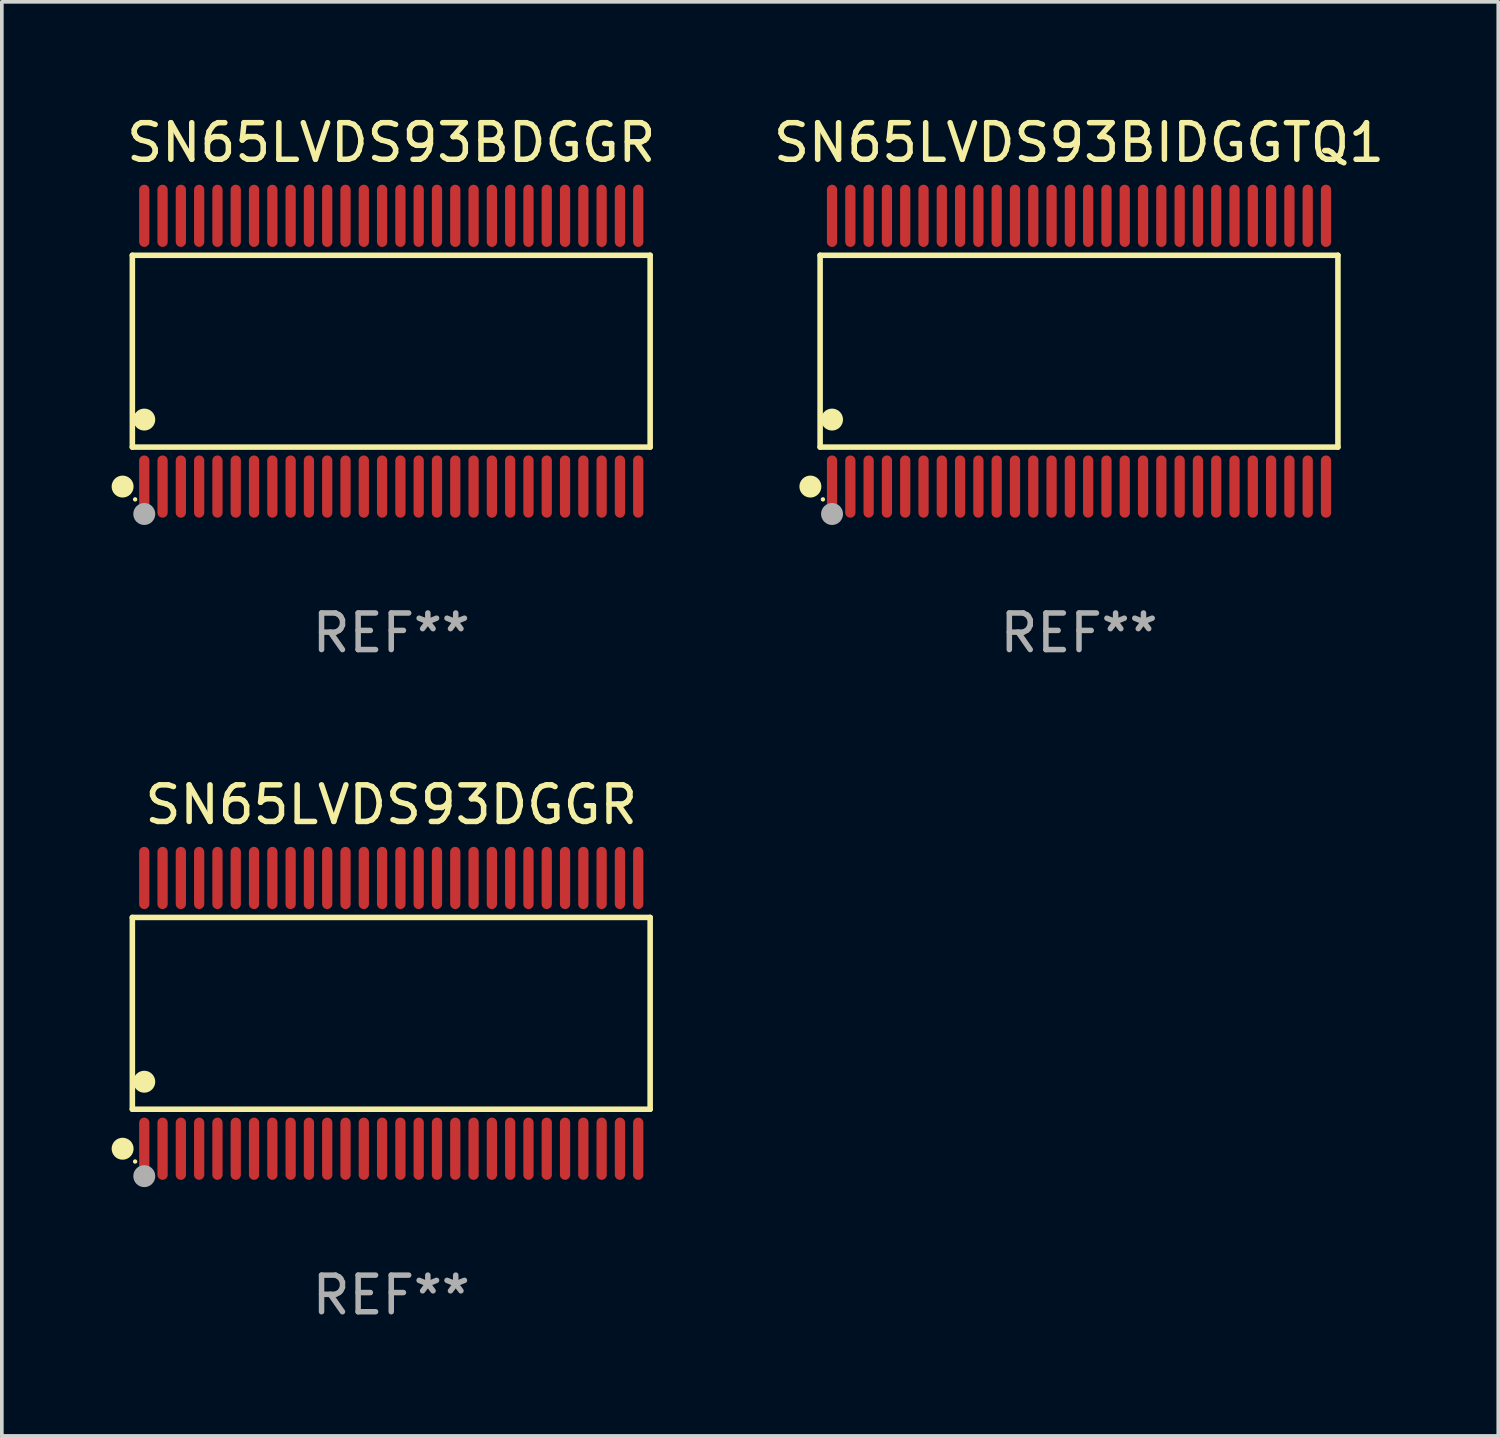
<source format=kicad_pcb>
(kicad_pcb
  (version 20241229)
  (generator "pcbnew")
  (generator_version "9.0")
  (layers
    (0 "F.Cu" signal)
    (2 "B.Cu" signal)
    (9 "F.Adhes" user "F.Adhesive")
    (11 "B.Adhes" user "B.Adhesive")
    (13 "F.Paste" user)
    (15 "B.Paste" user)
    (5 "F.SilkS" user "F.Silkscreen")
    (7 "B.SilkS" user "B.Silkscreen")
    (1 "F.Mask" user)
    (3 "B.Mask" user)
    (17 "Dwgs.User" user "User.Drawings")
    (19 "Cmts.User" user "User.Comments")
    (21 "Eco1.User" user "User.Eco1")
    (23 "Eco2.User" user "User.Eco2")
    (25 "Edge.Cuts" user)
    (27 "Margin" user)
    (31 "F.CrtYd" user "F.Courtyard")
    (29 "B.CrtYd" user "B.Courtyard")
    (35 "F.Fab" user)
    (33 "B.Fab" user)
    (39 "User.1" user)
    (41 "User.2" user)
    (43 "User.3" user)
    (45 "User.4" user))
  (footprint "SN65LVDS93BDGGR"
    (layer "F.Cu")
    (at 7.643 6.548)
    (property "Reference" "SN65LVDS93BDGGR" (at 0 -5.7 0) (layer "F.SilkS") (effects (font (size 1 1) (thickness 0.15))))
    (attr through_hole)
    (fp_line (start -7.076 -2.621) (end 7.076 -2.621) (stroke (width 0.152) (type solid)) (layer "F.SilkS"))
    (fp_line (start -7.076 2.621) (end -7.076 -2.621) (stroke (width 0.152) (type solid)) (layer "F.SilkS"))
    (fp_line (start 7.076 -2.621) (end 7.076 2.621) (stroke (width 0.152) (type solid)) (layer "F.SilkS"))
    (fp_line (start 7.076 2.621) (end -7.076 2.621) (stroke (width 0.152) (type solid)) (layer "F.SilkS"))
    (fp_circle (center -7.342 3.7) (end -7.192 3.7) (stroke (width 0.3) (type solid)) (fill no) (layer "F.SilkS"))
    (fp_circle (center -7 4.05) (end -6.97 4.05) (stroke (width 0.06) (type solid)) (fill no) (layer "F.SilkS"))
    (fp_circle (center -6.75 1.869) (end -6.6 1.869) (stroke (width 0.3) (type solid)) (fill no) (layer "F.SilkS"))
    (fp_circle (center -6.75 4.45) (end -6.6 4.45) (stroke (width 0.3) (type solid)) (fill no) (layer "F.Fab"))
    (fp_text user "REF**" (at 0 7.7 0) (layer "F.Fab") (effects (font (size 1 1) (thickness 0.15))))
    (pad "1" smd oval (at -6.75 3.7) (size 0.28 1.7) (layers "F.Cu" "F.Mask" "F.Paste"))
    (pad "2" smd oval (at -6.25 3.7) (size 0.28 1.7) (layers "F.Cu" "F.Mask" "F.Paste"))
    (pad "3" smd oval (at -5.75 3.7) (size 0.28 1.7) (layers "F.Cu" "F.Mask" "F.Paste"))
    (pad "4" smd oval (at -5.25 3.7) (size 0.28 1.7) (layers "F.Cu" "F.Mask" "F.Paste"))
    (pad "5" smd oval (at -4.75 3.7) (size 0.28 1.7) (layers "F.Cu" "F.Mask" "F.Paste"))
    (pad "6" smd oval (at -4.25 3.7) (size 0.28 1.7) (layers "F.Cu" "F.Mask" "F.Paste"))
    (pad "7" smd oval (at -3.75 3.7) (size 0.28 1.7) (layers "F.Cu" "F.Mask" "F.Paste"))
    (pad "8" smd oval (at -3.25 3.7) (size 0.28 1.7) (layers "F.Cu" "F.Mask" "F.Paste"))
    (pad "9" smd oval (at -2.75 3.7) (size 0.28 1.7) (layers "F.Cu" "F.Mask" "F.Paste"))
    (pad "10" smd oval (at -2.25 3.7) (size 0.28 1.7) (layers "F.Cu" "F.Mask" "F.Paste"))
    (pad "11" smd oval (at -1.75 3.7) (size 0.28 1.7) (layers "F.Cu" "F.Mask" "F.Paste"))
    (pad "12" smd oval (at -1.25 3.7) (size 0.28 1.7) (layers "F.Cu" "F.Mask" "F.Paste"))
    (pad "13" smd oval (at -0.75 3.7) (size 0.28 1.7) (layers "F.Cu" "F.Mask" "F.Paste"))
    (pad "14" smd oval (at -0.25 3.7) (size 0.28 1.7) (layers "F.Cu" "F.Mask" "F.Paste"))
    (pad "15" smd oval (at 0.25 3.7) (size 0.28 1.7) (layers "F.Cu" "F.Mask" "F.Paste"))
    (pad "16" smd oval (at 0.75 3.7) (size 0.28 1.7) (layers "F.Cu" "F.Mask" "F.Paste"))
    (pad "17" smd oval (at 1.25 3.7) (size 0.28 1.7) (layers "F.Cu" "F.Mask" "F.Paste"))
    (pad "18" smd oval (at 1.75 3.7) (size 0.28 1.7) (layers "F.Cu" "F.Mask" "F.Paste"))
    (pad "19" smd oval (at 2.25 3.7) (size 0.28 1.7) (layers "F.Cu" "F.Mask" "F.Paste"))
    (pad "20" smd oval (at 2.75 3.7) (size 0.28 1.7) (layers "F.Cu" "F.Mask" "F.Paste"))
    (pad "21" smd oval (at 3.25 3.7) (size 0.28 1.7) (layers "F.Cu" "F.Mask" "F.Paste"))
    (pad "22" smd oval (at 3.75 3.7) (size 0.28 1.7) (layers "F.Cu" "F.Mask" "F.Paste"))
    (pad "23" smd oval (at 4.25 3.7) (size 0.28 1.7) (layers "F.Cu" "F.Mask" "F.Paste"))
    (pad "24" smd oval (at 4.75 3.7) (size 0.28 1.7) (layers "F.Cu" "F.Mask" "F.Paste"))
    (pad "25" smd oval (at 5.25 3.7) (size 0.28 1.7) (layers "F.Cu" "F.Mask" "F.Paste"))
    (pad "26" smd oval (at 5.75 3.7) (size 0.28 1.7) (layers "F.Cu" "F.Mask" "F.Paste"))
    (pad "27" smd oval (at 6.25 3.7) (size 0.28 1.7) (layers "F.Cu" "F.Mask" "F.Paste"))
    (pad "28" smd oval (at 6.75 3.7) (size 0.28 1.7) (layers "F.Cu" "F.Mask" "F.Paste"))
    (pad "29" smd oval (at 6.75 -3.7) (size 0.28 1.7) (layers "F.Cu" "F.Mask" "F.Paste"))
    (pad "30" smd oval (at 6.25 -3.7) (size 0.28 1.7) (layers "F.Cu" "F.Mask" "F.Paste"))
    (pad "31" smd oval (at 5.75 -3.7) (size 0.28 1.7) (layers "F.Cu" "F.Mask" "F.Paste"))
    (pad "32" smd oval (at 5.25 -3.7) (size 0.28 1.7) (layers "F.Cu" "F.Mask" "F.Paste"))
    (pad "33" smd oval (at 4.75 -3.7) (size 0.28 1.7) (layers "F.Cu" "F.Mask" "F.Paste"))
    (pad "34" smd oval (at 4.25 -3.7) (size 0.28 1.7) (layers "F.Cu" "F.Mask" "F.Paste"))
    (pad "35" smd oval (at 3.75 -3.7) (size 0.28 1.7) (layers "F.Cu" "F.Mask" "F.Paste"))
    (pad "36" smd oval (at 3.25 -3.7) (size 0.28 1.7) (layers "F.Cu" "F.Mask" "F.Paste"))
    (pad "37" smd oval (at 2.75 -3.7) (size 0.28 1.7) (layers "F.Cu" "F.Mask" "F.Paste"))
    (pad "38" smd oval (at 2.25 -3.7) (size 0.28 1.7) (layers "F.Cu" "F.Mask" "F.Paste"))
    (pad "39" smd oval (at 1.75 -3.7) (size 0.28 1.7) (layers "F.Cu" "F.Mask" "F.Paste"))
    (pad "40" smd oval (at 1.25 -3.7) (size 0.28 1.7) (layers "F.Cu" "F.Mask" "F.Paste"))
    (pad "41" smd oval (at 0.75 -3.7) (size 0.28 1.7) (layers "F.Cu" "F.Mask" "F.Paste"))
    (pad "42" smd oval (at 0.25 -3.7) (size 0.28 1.7) (layers "F.Cu" "F.Mask" "F.Paste"))
    (pad "43" smd oval (at -0.25 -3.7) (size 0.28 1.7) (layers "F.Cu" "F.Mask" "F.Paste"))
    (pad "44" smd oval (at -0.75 -3.7) (size 0.28 1.7) (layers "F.Cu" "F.Mask" "F.Paste"))
    (pad "45" smd oval (at -1.25 -3.7) (size 0.28 1.7) (layers "F.Cu" "F.Mask" "F.Paste"))
    (pad "46" smd oval (at -1.75 -3.7) (size 0.28 1.7) (layers "F.Cu" "F.Mask" "F.Paste"))
    (pad "47" smd oval (at -2.25 -3.7) (size 0.28 1.7) (layers "F.Cu" "F.Mask" "F.Paste"))
    (pad "48" smd oval (at -2.75 -3.7) (size 0.28 1.7) (layers "F.Cu" "F.Mask" "F.Paste"))
    (pad "49" smd oval (at -3.25 -3.7) (size 0.28 1.7) (layers "F.Cu" "F.Mask" "F.Paste"))
    (pad "50" smd oval (at -3.75 -3.7) (size 0.28 1.7) (layers "F.Cu" "F.Mask" "F.Paste"))
    (pad "51" smd oval (at -4.25 -3.7) (size 0.28 1.7) (layers "F.Cu" "F.Mask" "F.Paste"))
    (pad "52" smd oval (at -4.75 -3.7) (size 0.28 1.7) (layers "F.Cu" "F.Mask" "F.Paste"))
    (pad "53" smd oval (at -5.25 -3.7) (size 0.28 1.7) (layers "F.Cu" "F.Mask" "F.Paste"))
    (pad "54" smd oval (at -5.75 -3.7) (size 0.28 1.7) (layers "F.Cu" "F.Mask" "F.Paste"))
    (pad "55" smd oval (at -6.25 -3.7) (size 0.28 1.7) (layers "F.Cu" "F.Mask" "F.Paste"))
    (pad "56" smd oval (at -6.75 -3.7) (size 0.28 1.7) (layers "F.Cu" "F.Mask" "F.Paste")))
  (footprint "SN65LVDS93DGGR"
    (layer "F.Cu")
    (at 7.643 24.645)
    (property "Reference" "SN65LVDS93DGGR" (at 0 -5.7 0) (layer "F.SilkS") (effects (font (size 1 1) (thickness 0.15))))
    (attr through_hole)
    (fp_line (start -7.076 -2.621) (end 7.076 -2.621) (stroke (width 0.152) (type solid)) (layer "F.SilkS"))
    (fp_line (start -7.076 2.621) (end -7.076 -2.621) (stroke (width 0.152) (type solid)) (layer "F.SilkS"))
    (fp_line (start 7.076 -2.621) (end 7.076 2.621) (stroke (width 0.152) (type solid)) (layer "F.SilkS"))
    (fp_line (start 7.076 2.621) (end -7.076 2.621) (stroke (width 0.152) (type solid)) (layer "F.SilkS"))
    (fp_circle (center -7.342 3.7) (end -7.192 3.7) (stroke (width 0.3) (type solid)) (fill no) (layer "F.SilkS"))
    (fp_circle (center -7 4.05) (end -6.97 4.05) (stroke (width 0.06) (type solid)) (fill no) (layer "F.SilkS"))
    (fp_circle (center -6.75 1.869) (end -6.6 1.869) (stroke (width 0.3) (type solid)) (fill no) (layer "F.SilkS"))
    (fp_circle (center -6.75 4.45) (end -6.6 4.45) (stroke (width 0.3) (type solid)) (fill no) (layer "F.Fab"))
    (fp_text user "REF**" (at 0 7.7 0) (layer "F.Fab") (effects (font (size 1 1) (thickness 0.15))))
    (pad "1" smd oval (at -6.75 3.7) (size 0.28 1.7) (layers "F.Cu" "F.Mask" "F.Paste"))
    (pad "2" smd oval (at -6.25 3.7) (size 0.28 1.7) (layers "F.Cu" "F.Mask" "F.Paste"))
    (pad "3" smd oval (at -5.75 3.7) (size 0.28 1.7) (layers "F.Cu" "F.Mask" "F.Paste"))
    (pad "4" smd oval (at -5.25 3.7) (size 0.28 1.7) (layers "F.Cu" "F.Mask" "F.Paste"))
    (pad "5" smd oval (at -4.75 3.7) (size 0.28 1.7) (layers "F.Cu" "F.Mask" "F.Paste"))
    (pad "6" smd oval (at -4.25 3.7) (size 0.28 1.7) (layers "F.Cu" "F.Mask" "F.Paste"))
    (pad "7" smd oval (at -3.75 3.7) (size 0.28 1.7) (layers "F.Cu" "F.Mask" "F.Paste"))
    (pad "8" smd oval (at -3.25 3.7) (size 0.28 1.7) (layers "F.Cu" "F.Mask" "F.Paste"))
    (pad "9" smd oval (at -2.75 3.7) (size 0.28 1.7) (layers "F.Cu" "F.Mask" "F.Paste"))
    (pad "10" smd oval (at -2.25 3.7) (size 0.28 1.7) (layers "F.Cu" "F.Mask" "F.Paste"))
    (pad "11" smd oval (at -1.75 3.7) (size 0.28 1.7) (layers "F.Cu" "F.Mask" "F.Paste"))
    (pad "12" smd oval (at -1.25 3.7) (size 0.28 1.7) (layers "F.Cu" "F.Mask" "F.Paste"))
    (pad "13" smd oval (at -0.75 3.7) (size 0.28 1.7) (layers "F.Cu" "F.Mask" "F.Paste"))
    (pad "14" smd oval (at -0.25 3.7) (size 0.28 1.7) (layers "F.Cu" "F.Mask" "F.Paste"))
    (pad "15" smd oval (at 0.25 3.7) (size 0.28 1.7) (layers "F.Cu" "F.Mask" "F.Paste"))
    (pad "16" smd oval (at 0.75 3.7) (size 0.28 1.7) (layers "F.Cu" "F.Mask" "F.Paste"))
    (pad "17" smd oval (at 1.25 3.7) (size 0.28 1.7) (layers "F.Cu" "F.Mask" "F.Paste"))
    (pad "18" smd oval (at 1.75 3.7) (size 0.28 1.7) (layers "F.Cu" "F.Mask" "F.Paste"))
    (pad "19" smd oval (at 2.25 3.7) (size 0.28 1.7) (layers "F.Cu" "F.Mask" "F.Paste"))
    (pad "20" smd oval (at 2.75 3.7) (size 0.28 1.7) (layers "F.Cu" "F.Mask" "F.Paste"))
    (pad "21" smd oval (at 3.25 3.7) (size 0.28 1.7) (layers "F.Cu" "F.Mask" "F.Paste"))
    (pad "22" smd oval (at 3.75 3.7) (size 0.28 1.7) (layers "F.Cu" "F.Mask" "F.Paste"))
    (pad "23" smd oval (at 4.25 3.7) (size 0.28 1.7) (layers "F.Cu" "F.Mask" "F.Paste"))
    (pad "24" smd oval (at 4.75 3.7) (size 0.28 1.7) (layers "F.Cu" "F.Mask" "F.Paste"))
    (pad "25" smd oval (at 5.25 3.7) (size 0.28 1.7) (layers "F.Cu" "F.Mask" "F.Paste"))
    (pad "26" smd oval (at 5.75 3.7) (size 0.28 1.7) (layers "F.Cu" "F.Mask" "F.Paste"))
    (pad "27" smd oval (at 6.25 3.7) (size 0.28 1.7) (layers "F.Cu" "F.Mask" "F.Paste"))
    (pad "28" smd oval (at 6.75 3.7) (size 0.28 1.7) (layers "F.Cu" "F.Mask" "F.Paste"))
    (pad "29" smd oval (at 6.75 -3.7) (size 0.28 1.7) (layers "F.Cu" "F.Mask" "F.Paste"))
    (pad "30" smd oval (at 6.25 -3.7) (size 0.28 1.7) (layers "F.Cu" "F.Mask" "F.Paste"))
    (pad "31" smd oval (at 5.75 -3.7) (size 0.28 1.7) (layers "F.Cu" "F.Mask" "F.Paste"))
    (pad "32" smd oval (at 5.25 -3.7) (size 0.28 1.7) (layers "F.Cu" "F.Mask" "F.Paste"))
    (pad "33" smd oval (at 4.75 -3.7) (size 0.28 1.7) (layers "F.Cu" "F.Mask" "F.Paste"))
    (pad "34" smd oval (at 4.25 -3.7) (size 0.28 1.7) (layers "F.Cu" "F.Mask" "F.Paste"))
    (pad "35" smd oval (at 3.75 -3.7) (size 0.28 1.7) (layers "F.Cu" "F.Mask" "F.Paste"))
    (pad "36" smd oval (at 3.25 -3.7) (size 0.28 1.7) (layers "F.Cu" "F.Mask" "F.Paste"))
    (pad "37" smd oval (at 2.75 -3.7) (size 0.28 1.7) (layers "F.Cu" "F.Mask" "F.Paste"))
    (pad "38" smd oval (at 2.25 -3.7) (size 0.28 1.7) (layers "F.Cu" "F.Mask" "F.Paste"))
    (pad "39" smd oval (at 1.75 -3.7) (size 0.28 1.7) (layers "F.Cu" "F.Mask" "F.Paste"))
    (pad "40" smd oval (at 1.25 -3.7) (size 0.28 1.7) (layers "F.Cu" "F.Mask" "F.Paste"))
    (pad "41" smd oval (at 0.75 -3.7) (size 0.28 1.7) (layers "F.Cu" "F.Mask" "F.Paste"))
    (pad "42" smd oval (at 0.25 -3.7) (size 0.28 1.7) (layers "F.Cu" "F.Mask" "F.Paste"))
    (pad "43" smd oval (at -0.25 -3.7) (size 0.28 1.7) (layers "F.Cu" "F.Mask" "F.Paste"))
    (pad "44" smd oval (at -0.75 -3.7) (size 0.28 1.7) (layers "F.Cu" "F.Mask" "F.Paste"))
    (pad "45" smd oval (at -1.25 -3.7) (size 0.28 1.7) (layers "F.Cu" "F.Mask" "F.Paste"))
    (pad "46" smd oval (at -1.75 -3.7) (size 0.28 1.7) (layers "F.Cu" "F.Mask" "F.Paste"))
    (pad "47" smd oval (at -2.25 -3.7) (size 0.28 1.7) (layers "F.Cu" "F.Mask" "F.Paste"))
    (pad "48" smd oval (at -2.75 -3.7) (size 0.28 1.7) (layers "F.Cu" "F.Mask" "F.Paste"))
    (pad "49" smd oval (at -3.25 -3.7) (size 0.28 1.7) (layers "F.Cu" "F.Mask" "F.Paste"))
    (pad "50" smd oval (at -3.75 -3.7) (size 0.28 1.7) (layers "F.Cu" "F.Mask" "F.Paste"))
    (pad "51" smd oval (at -4.25 -3.7) (size 0.28 1.7) (layers "F.Cu" "F.Mask" "F.Paste"))
    (pad "52" smd oval (at -4.75 -3.7) (size 0.28 1.7) (layers "F.Cu" "F.Mask" "F.Paste"))
    (pad "53" smd oval (at -5.25 -3.7) (size 0.28 1.7) (layers "F.Cu" "F.Mask" "F.Paste"))
    (pad "54" smd oval (at -5.75 -3.7) (size 0.28 1.7) (layers "F.Cu" "F.Mask" "F.Paste"))
    (pad "55" smd oval (at -6.25 -3.7) (size 0.28 1.7) (layers "F.Cu" "F.Mask" "F.Paste"))
    (pad "56" smd oval (at -6.75 -3.7) (size 0.28 1.7) (layers "F.Cu" "F.Mask" "F.Paste")))
  (footprint "SN65LVDS93BIDGGTQ1"
    (layer "F.Cu")
    (at 26.44 6.548)
    (property "Reference" "SN65LVDS93BIDGGTQ1" (at 0 -5.7 0) (layer "F.SilkS") (effects (font (size 1 1) (thickness 0.15))))
    (attr through_hole)
    (fp_line (start -7.076 -2.621) (end 7.076 -2.621) (stroke (width 0.152) (type solid)) (layer "F.SilkS"))
    (fp_line (start -7.076 2.621) (end -7.076 -2.621) (stroke (width 0.152) (type solid)) (layer "F.SilkS"))
    (fp_line (start 7.076 -2.621) (end 7.076 2.621) (stroke (width 0.152) (type solid)) (layer "F.SilkS"))
    (fp_line (start 7.076 2.621) (end -7.076 2.621) (stroke (width 0.152) (type solid)) (layer "F.SilkS"))
    (fp_circle (center -7.342 3.7) (end -7.192 3.7) (stroke (width 0.3) (type solid)) (fill no) (layer "F.SilkS"))
    (fp_circle (center -7 4.05) (end -6.97 4.05) (stroke (width 0.06) (type solid)) (fill no) (layer "F.SilkS"))
    (fp_circle (center -6.75 1.869) (end -6.6 1.869) (stroke (width 0.3) (type solid)) (fill no) (layer "F.SilkS"))
    (fp_circle (center -6.75 4.45) (end -6.6 4.45) (stroke (width 0.3) (type solid)) (fill no) (layer "F.Fab"))
    (fp_text user "REF**" (at 0 7.7 0) (layer "F.Fab") (effects (font (size 1 1) (thickness 0.15))))
    (pad "1" smd oval (at -6.75 3.7) (size 0.28 1.7) (layers "F.Cu" "F.Mask" "F.Paste"))
    (pad "2" smd oval (at -6.25 3.7) (size 0.28 1.7) (layers "F.Cu" "F.Mask" "F.Paste"))
    (pad "3" smd oval (at -5.75 3.7) (size 0.28 1.7) (layers "F.Cu" "F.Mask" "F.Paste"))
    (pad "4" smd oval (at -5.25 3.7) (size 0.28 1.7) (layers "F.Cu" "F.Mask" "F.Paste"))
    (pad "5" smd oval (at -4.75 3.7) (size 0.28 1.7) (layers "F.Cu" "F.Mask" "F.Paste"))
    (pad "6" smd oval (at -4.25 3.7) (size 0.28 1.7) (layers "F.Cu" "F.Mask" "F.Paste"))
    (pad "7" smd oval (at -3.75 3.7) (size 0.28 1.7) (layers "F.Cu" "F.Mask" "F.Paste"))
    (pad "8" smd oval (at -3.25 3.7) (size 0.28 1.7) (layers "F.Cu" "F.Mask" "F.Paste"))
    (pad "9" smd oval (at -2.75 3.7) (size 0.28 1.7) (layers "F.Cu" "F.Mask" "F.Paste"))
    (pad "10" smd oval (at -2.25 3.7) (size 0.28 1.7) (layers "F.Cu" "F.Mask" "F.Paste"))
    (pad "11" smd oval (at -1.75 3.7) (size 0.28 1.7) (layers "F.Cu" "F.Mask" "F.Paste"))
    (pad "12" smd oval (at -1.25 3.7) (size 0.28 1.7) (layers "F.Cu" "F.Mask" "F.Paste"))
    (pad "13" smd oval (at -0.75 3.7) (size 0.28 1.7) (layers "F.Cu" "F.Mask" "F.Paste"))
    (pad "14" smd oval (at -0.25 3.7) (size 0.28 1.7) (layers "F.Cu" "F.Mask" "F.Paste"))
    (pad "15" smd oval (at 0.25 3.7) (size 0.28 1.7) (layers "F.Cu" "F.Mask" "F.Paste"))
    (pad "16" smd oval (at 0.75 3.7) (size 0.28 1.7) (layers "F.Cu" "F.Mask" "F.Paste"))
    (pad "17" smd oval (at 1.25 3.7) (size 0.28 1.7) (layers "F.Cu" "F.Mask" "F.Paste"))
    (pad "18" smd oval (at 1.75 3.7) (size 0.28 1.7) (layers "F.Cu" "F.Mask" "F.Paste"))
    (pad "19" smd oval (at 2.25 3.7) (size 0.28 1.7) (layers "F.Cu" "F.Mask" "F.Paste"))
    (pad "20" smd oval (at 2.75 3.7) (size 0.28 1.7) (layers "F.Cu" "F.Mask" "F.Paste"))
    (pad "21" smd oval (at 3.25 3.7) (size 0.28 1.7) (layers "F.Cu" "F.Mask" "F.Paste"))
    (pad "22" smd oval (at 3.75 3.7) (size 0.28 1.7) (layers "F.Cu" "F.Mask" "F.Paste"))
    (pad "23" smd oval (at 4.25 3.7) (size 0.28 1.7) (layers "F.Cu" "F.Mask" "F.Paste"))
    (pad "24" smd oval (at 4.75 3.7) (size 0.28 1.7) (layers "F.Cu" "F.Mask" "F.Paste"))
    (pad "25" smd oval (at 5.25 3.7) (size 0.28 1.7) (layers "F.Cu" "F.Mask" "F.Paste"))
    (pad "26" smd oval (at 5.75 3.7) (size 0.28 1.7) (layers "F.Cu" "F.Mask" "F.Paste"))
    (pad "27" smd oval (at 6.25 3.7) (size 0.28 1.7) (layers "F.Cu" "F.Mask" "F.Paste"))
    (pad "28" smd oval (at 6.75 3.7) (size 0.28 1.7) (layers "F.Cu" "F.Mask" "F.Paste"))
    (pad "29" smd oval (at 6.75 -3.7) (size 0.28 1.7) (layers "F.Cu" "F.Mask" "F.Paste"))
    (pad "30" smd oval (at 6.25 -3.7) (size 0.28 1.7) (layers "F.Cu" "F.Mask" "F.Paste"))
    (pad "31" smd oval (at 5.75 -3.7) (size 0.28 1.7) (layers "F.Cu" "F.Mask" "F.Paste"))
    (pad "32" smd oval (at 5.25 -3.7) (size 0.28 1.7) (layers "F.Cu" "F.Mask" "F.Paste"))
    (pad "33" smd oval (at 4.75 -3.7) (size 0.28 1.7) (layers "F.Cu" "F.Mask" "F.Paste"))
    (pad "34" smd oval (at 4.25 -3.7) (size 0.28 1.7) (layers "F.Cu" "F.Mask" "F.Paste"))
    (pad "35" smd oval (at 3.75 -3.7) (size 0.28 1.7) (layers "F.Cu" "F.Mask" "F.Paste"))
    (pad "36" smd oval (at 3.25 -3.7) (size 0.28 1.7) (layers "F.Cu" "F.Mask" "F.Paste"))
    (pad "37" smd oval (at 2.75 -3.7) (size 0.28 1.7) (layers "F.Cu" "F.Mask" "F.Paste"))
    (pad "38" smd oval (at 2.25 -3.7) (size 0.28 1.7) (layers "F.Cu" "F.Mask" "F.Paste"))
    (pad "39" smd oval (at 1.75 -3.7) (size 0.28 1.7) (layers "F.Cu" "F.Mask" "F.Paste"))
    (pad "40" smd oval (at 1.25 -3.7) (size 0.28 1.7) (layers "F.Cu" "F.Mask" "F.Paste"))
    (pad "41" smd oval (at 0.75 -3.7) (size 0.28 1.7) (layers "F.Cu" "F.Mask" "F.Paste"))
    (pad "42" smd oval (at 0.25 -3.7) (size 0.28 1.7) (layers "F.Cu" "F.Mask" "F.Paste"))
    (pad "43" smd oval (at -0.25 -3.7) (size 0.28 1.7) (layers "F.Cu" "F.Mask" "F.Paste"))
    (pad "44" smd oval (at -0.75 -3.7) (size 0.28 1.7) (layers "F.Cu" "F.Mask" "F.Paste"))
    (pad "45" smd oval (at -1.25 -3.7) (size 0.28 1.7) (layers "F.Cu" "F.Mask" "F.Paste"))
    (pad "46" smd oval (at -1.75 -3.7) (size 0.28 1.7) (layers "F.Cu" "F.Mask" "F.Paste"))
    (pad "47" smd oval (at -2.25 -3.7) (size 0.28 1.7) (layers "F.Cu" "F.Mask" "F.Paste"))
    (pad "48" smd oval (at -2.75 -3.7) (size 0.28 1.7) (layers "F.Cu" "F.Mask" "F.Paste"))
    (pad "49" smd oval (at -3.25 -3.7) (size 0.28 1.7) (layers "F.Cu" "F.Mask" "F.Paste"))
    (pad "50" smd oval (at -3.75 -3.7) (size 0.28 1.7) (layers "F.Cu" "F.Mask" "F.Paste"))
    (pad "51" smd oval (at -4.25 -3.7) (size 0.28 1.7) (layers "F.Cu" "F.Mask" "F.Paste"))
    (pad "52" smd oval (at -4.75 -3.7) (size 0.28 1.7) (layers "F.Cu" "F.Mask" "F.Paste"))
    (pad "53" smd oval (at -5.25 -3.7) (size 0.28 1.7) (layers "F.Cu" "F.Mask" "F.Paste"))
    (pad "54" smd oval (at -5.75 -3.7) (size 0.28 1.7) (layers "F.Cu" "F.Mask" "F.Paste"))
    (pad "55" smd oval (at -6.25 -3.7) (size 0.28 1.7) (layers "F.Cu" "F.Mask" "F.Paste"))
    (pad "56" smd oval (at -6.75 -3.7) (size 0.28 1.7) (layers "F.Cu" "F.Mask" "F.Paste")))
  (gr_rect
    (start -3 -3)
    (end 37.898 36.193)
    (stroke (width 0.1) (type default))
    (fill no)
    (layer "Edge.Cuts")))
</source>
